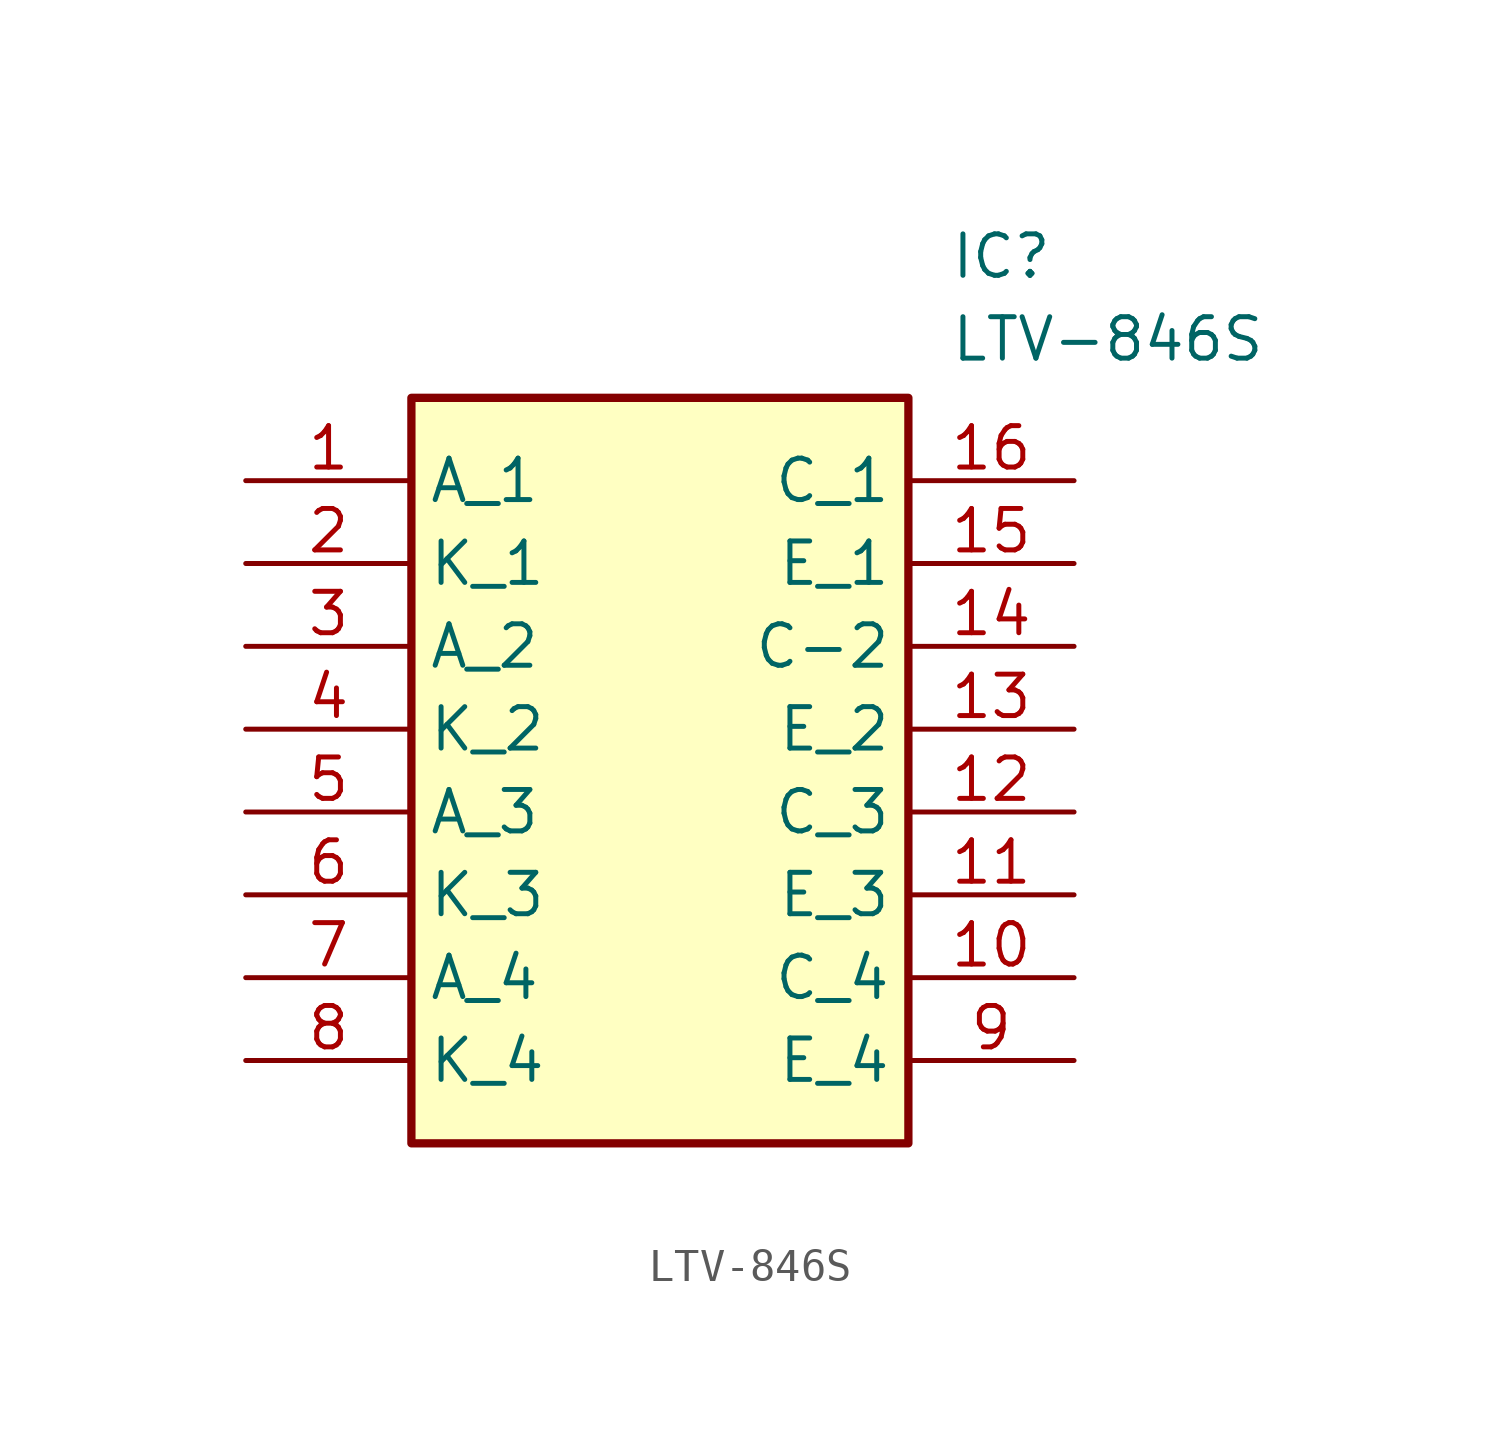
<source format=kicad_sym>
(kicad_symbol_lib
  (version 20211014)
  (generator SamacSys_ECAD_Model)
  (symbol "LTV-846S"
    (property "Reference" "IC"
      (at 21.59 7.62 0)
      (effects (font (size 1.27 1.27)) (justify left top)))
    (property "Value" "LTV-846S"
      (at 21.59 5.08 0)
      (effects (font (size 1.27 1.27)) (justify left top)))
    (rectangle
      (start 5.08 2.54)
      (end 20.32 -20.32)
      (stroke (width 0.254) (type default))
      (fill (type background)))
    (pin passive line
      (at 0 0 0)
      (length 5.08)
      (name "A_1" (effects (font (size 1.27 1.27))))
      (number "1" (effects (font (size 1.27 1.27)))))
    (pin passive line
      (at 0 -2.54 0)
      (length 5.08)
      (name "K_1" (effects (font (size 1.27 1.27))))
      (number "2" (effects (font (size 1.27 1.27)))))
    (pin passive line
      (at 0 -5.08 0)
      (length 5.08)
      (name "A_2" (effects (font (size 1.27 1.27))))
      (number "3" (effects (font (size 1.27 1.27)))))
    (pin passive line
      (at 0 -7.62 0)
      (length 5.08)
      (name "K_2" (effects (font (size 1.27 1.27))))
      (number "4" (effects (font (size 1.27 1.27)))))
    (pin passive line
      (at 0 -10.16 0)
      (length 5.08)
      (name "A_3" (effects (font (size 1.27 1.27))))
      (number "5" (effects (font (size 1.27 1.27)))))
    (pin passive line
      (at 0 -12.7 0)
      (length 5.08)
      (name "K_3" (effects (font (size 1.27 1.27))))
      (number "6" (effects (font (size 1.27 1.27)))))
    (pin passive line
      (at 0 -15.24 0)
      (length 5.08)
      (name "A_4" (effects (font (size 1.27 1.27))))
      (number "7" (effects (font (size 1.27 1.27)))))
    (pin passive line
      (at 0 -17.78 0)
      (length 5.08)
      (name "K_4" (effects (font (size 1.27 1.27))))
      (number "8" (effects (font (size 1.27 1.27)))))
    (pin passive line
      (at 25.4 -17.78 180)
      (length 5.08)
      (name "E_4" (effects (font (size 1.27 1.27))))
      (number "9" (effects (font (size 1.27 1.27)))))
    (pin passive line
      (at 25.4 -15.24 180)
      (length 5.08)
      (name "C_4" (effects (font (size 1.27 1.27))))
      (number "10" (effects (font (size 1.27 1.27)))))
    (pin passive line
      (at 25.4 -12.7 180)
      (length 5.08)
      (name "E_3" (effects (font (size 1.27 1.27))))
      (number "11" (effects (font (size 1.27 1.27)))))
    (pin passive line
      (at 25.4 -10.16 180)
      (length 5.08)
      (name "C_3" (effects (font (size 1.27 1.27))))
      (number "12" (effects (font (size 1.27 1.27)))))
    (pin passive line
      (at 25.4 -7.62 180)
      (length 5.08)
      (name "E_2" (effects (font (size 1.27 1.27))))
      (number "13" (effects (font (size 1.27 1.27)))))
    (pin passive line
      (at 25.4 -5.08 180)
      (length 5.08)
      (name "C-2" (effects (font (size 1.27 1.27))))
      (number "14" (effects (font (size 1.27 1.27)))))
    (pin passive line
      (at 25.4 -2.54 180)
      (length 5.08)
      (name "E_1" (effects (font (size 1.27 1.27))))
      (number "15" (effects (font (size 1.27 1.27)))))
    (pin passive line
      (at 25.4 0 180)
      (length 5.08)
      (name "C_1" (effects (font (size 1.27 1.27))))
      (number "16" (effects (font (size 1.27 1.27)))))))
</source>
